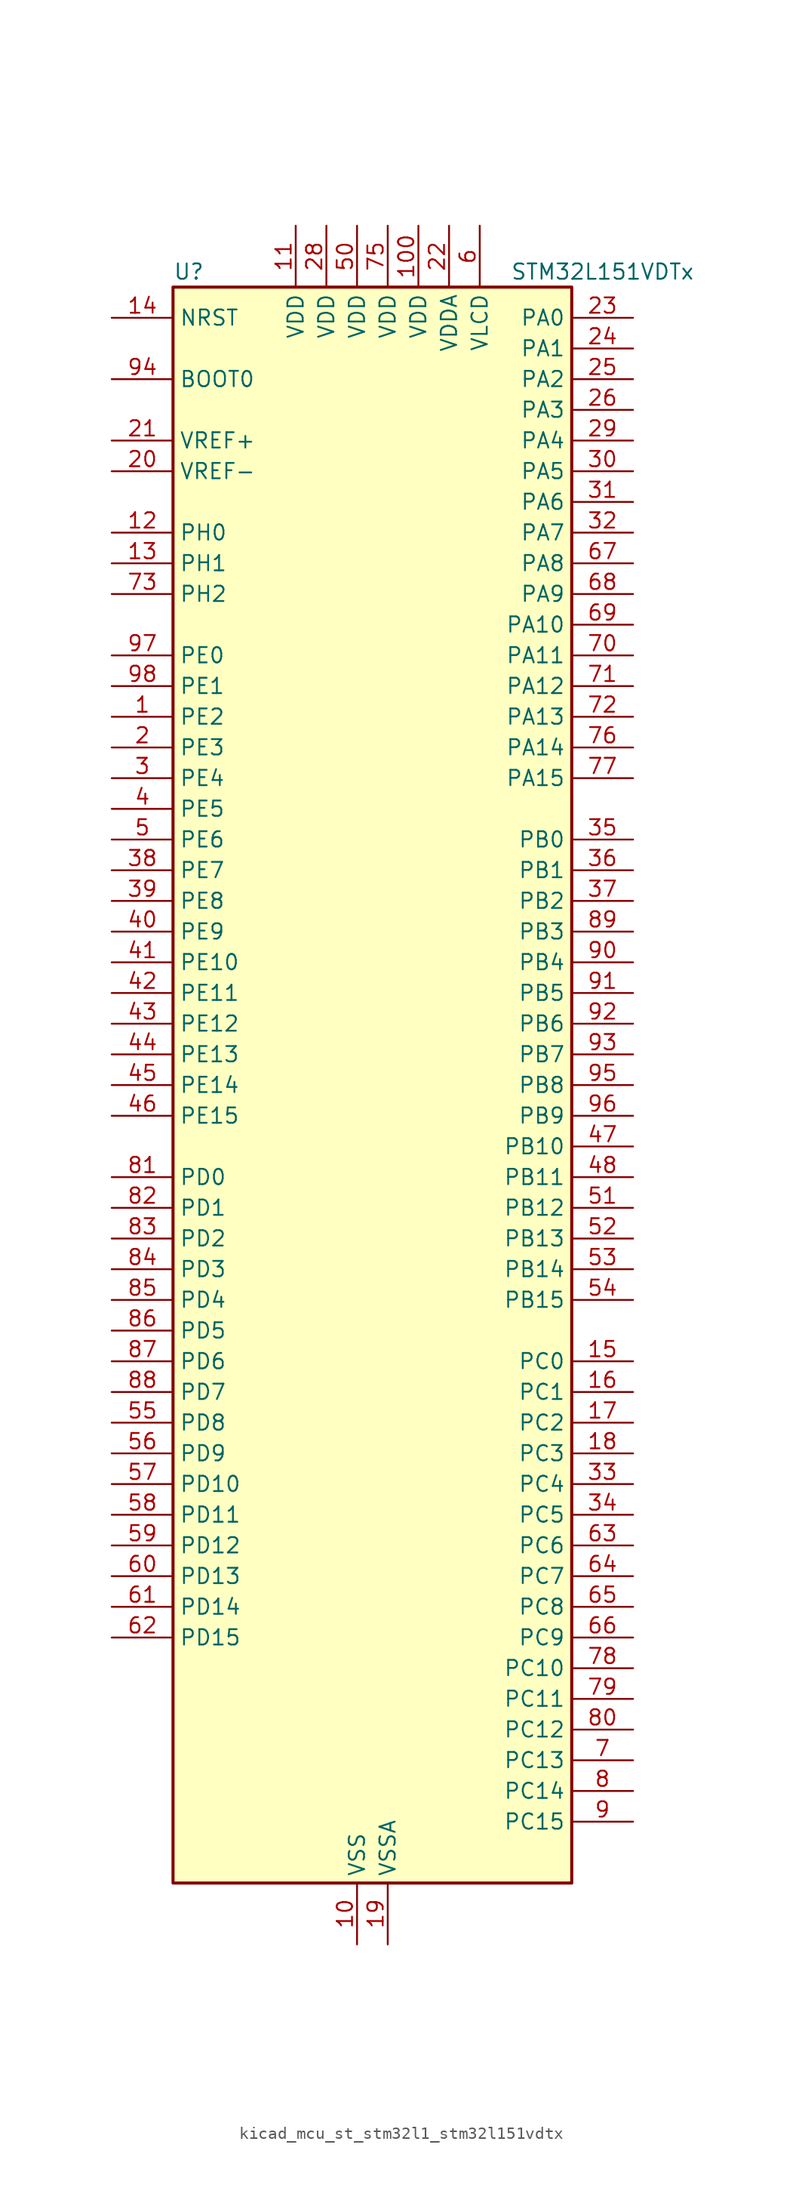
<source format=kicad_sym>
(kicad_symbol_lib
  (version 20220914)
  (generator kicad_symbol_editor)
  (symbol "kicad_mcu_st_stm32l1_stm32l151vdtx"
    (property "Reference" "U"
      (at -15.24 67.31 0)
      (effects (font (size 1.27 1.27)) (justify left)))
    (property "Value" "STM32L151VDTx"
      (at 12.7 67.31 0)
      (effects (font (size 1.27 1.27)) (justify left)))
    (property "ki_locked" ""
      (at 0 0 0)
      (effects (font (size 1.27 1.27))))
    (symbol "kicad_mcu_st_stm32l1_stm32l151vdtx_0_1"
      (rectangle (start -15.24 -66.04) (end 17.78 66.04) (stroke (width 0.254) (type default)) (fill (type background))))
    (symbol "kicad_mcu_st_stm32l1_stm32l151vdtx_1_1"
      (pin bidirectional line (at -20.32 30.48 0) (length 5.08) (name "PE2" (effects (font (size 1.27 1.27)))) (number "1" (effects (font (size 1.27 1.27)))) (alternate "FSMC_A23" bidirectional line) (alternate "SYS_TRACECK" bidirectional line) (alternate "TIM3_ETR" bidirectional line) (alternate "TIMX_IC3" bidirectional line))
      (pin power_in line (at 0 -71.12 90) (length 5.08) (name "VSS" (effects (font (size 1.27 1.27)))) (number "10" (effects (font (size 1.27 1.27)))))
      (pin power_in line (at 5.08 71.12 270) (length 5.08) (name "VDD" (effects (font (size 1.27 1.27)))) (number "100" (effects (font (size 1.27 1.27)))))
      (pin power_in line (at -5.08 71.12 270) (length 5.08) (name "VDD" (effects (font (size 1.27 1.27)))) (number "11" (effects (font (size 1.27 1.27)))))
      (pin bidirectional line (at -20.32 45.72 0) (length 5.08) (name "PH0" (effects (font (size 1.27 1.27)))) (number "12" (effects (font (size 1.27 1.27)))) (alternate "RCC_OSC_IN" bidirectional line))
      (pin bidirectional line (at -20.32 43.18 0) (length 5.08) (name "PH1" (effects (font (size 1.27 1.27)))) (number "13" (effects (font (size 1.27 1.27)))) (alternate "RCC_OSC_OUT" bidirectional line))
      (pin input line (at -20.32 63.5 0) (length 5.08) (name "NRST" (effects (font (size 1.27 1.27)))) (number "14" (effects (font (size 1.27 1.27)))))
      (pin bidirectional line (at 22.86 -22.86 180) (length 5.08) (name "PC0" (effects (font (size 1.27 1.27)))) (number "15" (effects (font (size 1.27 1.27)))) (alternate "ADC_IN10" bidirectional line) (alternate "COMP1_INP" bidirectional line) (alternate "TIMX_IC1" bidirectional line) (alternate "TS_G8_IO1" bidirectional line))
      (pin bidirectional line (at 22.86 -25.4 180) (length 5.08) (name "PC1" (effects (font (size 1.27 1.27)))) (number "16" (effects (font (size 1.27 1.27)))) (alternate "ADC_IN11" bidirectional line) (alternate "COMP1_INP" bidirectional line) (alternate "OPAMP3_VINP" bidirectional line) (alternate "TIMX_IC2" bidirectional line) (alternate "TS_G8_IO2" bidirectional line))
      (pin bidirectional line (at 22.86 -27.94 180) (length 5.08) (name "PC2" (effects (font (size 1.27 1.27)))) (number "17" (effects (font (size 1.27 1.27)))) (alternate "ADC_IN12" bidirectional line) (alternate "COMP1_INP" bidirectional line) (alternate "OPAMP3_VINM" bidirectional line) (alternate "TIMX_IC3" bidirectional line) (alternate "TS_G8_IO3" bidirectional line))
      (pin bidirectional line (at 22.86 -30.48 180) (length 5.08) (name "PC3" (effects (font (size 1.27 1.27)))) (number "18" (effects (font (size 1.27 1.27)))) (alternate "ADC_IN13" bidirectional line) (alternate "COMP1_INP" bidirectional line) (alternate "OPAMP3_VOUT" bidirectional line) (alternate "TIMX_IC4" bidirectional line) (alternate "TS_G8_IO4" bidirectional line))
      (pin power_in line (at 2.54 -71.12 90) (length 5.08) (name "VSSA" (effects (font (size 1.27 1.27)))) (number "19" (effects (font (size 1.27 1.27)))))
      (pin bidirectional line (at -20.32 27.94 0) (length 5.08) (name "PE3" (effects (font (size 1.27 1.27)))) (number "2" (effects (font (size 1.27 1.27)))) (alternate "FSMC_A19" bidirectional line) (alternate "SYS_TRACED0" bidirectional line) (alternate "TIM3_CH1" bidirectional line) (alternate "TIMX_IC4" bidirectional line))
      (pin input line (at -20.32 50.8 0) (length 5.08) (name "VREF-" (effects (font (size 1.27 1.27)))) (number "20" (effects (font (size 1.27 1.27)))))
      (pin input line (at -20.32 53.34 0) (length 5.08) (name "VREF+" (effects (font (size 1.27 1.27)))) (number "21" (effects (font (size 1.27 1.27)))))
      (pin power_in line (at 7.62 71.12 270) (length 5.08) (name "VDDA" (effects (font (size 1.27 1.27)))) (number "22" (effects (font (size 1.27 1.27)))))
      (pin bidirectional line (at 22.86 63.5 180) (length 5.08) (name "PA0" (effects (font (size 1.27 1.27)))) (number "23" (effects (font (size 1.27 1.27)))) (alternate "ADC_IN0" bidirectional line) (alternate "COMP1_INP" bidirectional line) (alternate "RTC_TAMP2" bidirectional line) (alternate "SYS_WKUP1" bidirectional line) (alternate "TIM2_CH1" bidirectional line) (alternate "TIM2_ETR" bidirectional line) (alternate "TIM5_CH1" bidirectional line) (alternate "TIMX_IC1" bidirectional line) (alternate "TS_G1_IO1" bidirectional line) (alternate "USART2_CTS" bidirectional line))
      (pin bidirectional line (at 22.86 60.96 180) (length 5.08) (name "PA1" (effects (font (size 1.27 1.27)))) (number "24" (effects (font (size 1.27 1.27)))) (alternate "ADC_IN1" bidirectional line) (alternate "COMP1_INP" bidirectional line) (alternate "OPAMP1_VINP" bidirectional line) (alternate "TIM2_CH2" bidirectional line) (alternate "TIM5_CH2" bidirectional line) (alternate "TIMX_IC2" bidirectional line) (alternate "TS_G1_IO2" bidirectional line) (alternate "USART2_RTS" bidirectional line))
      (pin bidirectional line (at 22.86 58.42 180) (length 5.08) (name "PA2" (effects (font (size 1.27 1.27)))) (number "25" (effects (font (size 1.27 1.27)))) (alternate "ADC_IN2" bidirectional line) (alternate "COMP1_INP" bidirectional line) (alternate "OPAMP1_VINM" bidirectional line) (alternate "TIM2_CH3" bidirectional line) (alternate "TIM5_CH3" bidirectional line) (alternate "TIM9_CH1" bidirectional line) (alternate "TIMX_IC3" bidirectional line) (alternate "TS_G1_IO3" bidirectional line) (alternate "USART2_TX" bidirectional line))
      (pin bidirectional line (at 22.86 55.88 180) (length 5.08) (name "PA3" (effects (font (size 1.27 1.27)))) (number "26" (effects (font (size 1.27 1.27)))) (alternate "ADC_IN3" bidirectional line) (alternate "COMP1_INP" bidirectional line) (alternate "OPAMP1_VOUT" bidirectional line) (alternate "TIM2_CH4" bidirectional line) (alternate "TIM5_CH4" bidirectional line) (alternate "TIM9_CH2" bidirectional line) (alternate "TIMX_IC4" bidirectional line) (alternate "TS_G1_IO4" bidirectional line) (alternate "USART2_RX" bidirectional line))
      (pin passive line (at 0 -71.12 90) (length 5.08) hide (name "VSS" (effects (font (size 1.27 1.27)))) (number "27" (effects (font (size 1.27 1.27)))))
      (pin power_in line (at -2.54 71.12 270) (length 5.08) (name "VDD" (effects (font (size 1.27 1.27)))) (number "28" (effects (font (size 1.27 1.27)))))
      (pin bidirectional line (at 22.86 53.34 180) (length 5.08) (name "PA4" (effects (font (size 1.27 1.27)))) (number "29" (effects (font (size 1.27 1.27)))) (alternate "ADC_IN4" bidirectional line) (alternate "COMP1_INP" bidirectional line) (alternate "DAC_OUT1" bidirectional line) (alternate "I2S3_WS" bidirectional line) (alternate "SPI1_NSS" bidirectional line) (alternate "SPI3_NSS" bidirectional line) (alternate "TIMX_IC1" bidirectional line) (alternate "USART2_CK" bidirectional line))
      (pin bidirectional line (at -20.32 25.4 0) (length 5.08) (name "PE4" (effects (font (size 1.27 1.27)))) (number "3" (effects (font (size 1.27 1.27)))) (alternate "FSMC_A20" bidirectional line) (alternate "SYS_TRACED1" bidirectional line) (alternate "TIM3_CH2" bidirectional line) (alternate "TIMX_IC1" bidirectional line))
      (pin bidirectional line (at 22.86 50.8 180) (length 5.08) (name "PA5" (effects (font (size 1.27 1.27)))) (number "30" (effects (font (size 1.27 1.27)))) (alternate "ADC_IN5" bidirectional line) (alternate "COMP1_INP" bidirectional line) (alternate "DAC_OUT2" bidirectional line) (alternate "SPI1_SCK" bidirectional line) (alternate "TIM2_CH1" bidirectional line) (alternate "TIM2_ETR" bidirectional line) (alternate "TIMX_IC2" bidirectional line))
      (pin bidirectional line (at 22.86 48.26 180) (length 5.08) (name "PA6" (effects (font (size 1.27 1.27)))) (number "31" (effects (font (size 1.27 1.27)))) (alternate "ADC_IN6" bidirectional line) (alternate "COMP1_INP" bidirectional line) (alternate "OPAMP2_VINP" bidirectional line) (alternate "SPI1_MISO" bidirectional line) (alternate "TIM10_CH1" bidirectional line) (alternate "TIM3_CH1" bidirectional line) (alternate "TIMX_IC3" bidirectional line) (alternate "TS_G2_IO1" bidirectional line))
      (pin bidirectional line (at 22.86 45.72 180) (length 5.08) (name "PA7" (effects (font (size 1.27 1.27)))) (number "32" (effects (font (size 1.27 1.27)))) (alternate "ADC_IN7" bidirectional line) (alternate "COMP1_INP" bidirectional line) (alternate "OPAMP2_VINM" bidirectional line) (alternate "SPI1_MOSI" bidirectional line) (alternate "TIM11_CH1" bidirectional line) (alternate "TIM3_CH2" bidirectional line) (alternate "TIMX_IC4" bidirectional line) (alternate "TS_G2_IO2" bidirectional line))
      (pin bidirectional line (at 22.86 -33.02 180) (length 5.08) (name "PC4" (effects (font (size 1.27 1.27)))) (number "33" (effects (font (size 1.27 1.27)))) (alternate "ADC_IN14" bidirectional line) (alternate "COMP1_INP" bidirectional line) (alternate "TIMX_IC1" bidirectional line) (alternate "TS_G9_IO1" bidirectional line))
      (pin bidirectional line (at 22.86 -35.56 180) (length 5.08) (name "PC5" (effects (font (size 1.27 1.27)))) (number "34" (effects (font (size 1.27 1.27)))) (alternate "ADC_IN15" bidirectional line) (alternate "COMP1_INP" bidirectional line) (alternate "TIMX_IC2" bidirectional line) (alternate "TS_G9_IO2" bidirectional line))
      (pin bidirectional line (at 22.86 20.32 180) (length 5.08) (name "PB0" (effects (font (size 1.27 1.27)))) (number "35" (effects (font (size 1.27 1.27)))) (alternate "ADC_IN8" bidirectional line) (alternate "COMP1_INP" bidirectional line) (alternate "OPAMP2_VOUT" bidirectional line) (alternate "SYS_V_REF_OUT" bidirectional line) (alternate "TIM3_CH3" bidirectional line) (alternate "TS_G3_IO1" bidirectional line))
      (pin bidirectional line (at 22.86 17.78 180) (length 5.08) (name "PB1" (effects (font (size 1.27 1.27)))) (number "36" (effects (font (size 1.27 1.27)))) (alternate "ADC_IN9" bidirectional line) (alternate "COMP1_INP" bidirectional line) (alternate "SYS_V_REF_OUT" bidirectional line) (alternate "TIM3_CH4" bidirectional line) (alternate "TS_G3_IO2" bidirectional line))
      (pin bidirectional line (at 22.86 15.24 180) (length 5.08) (name "PB2" (effects (font (size 1.27 1.27)))) (number "37" (effects (font (size 1.27 1.27)))) (alternate "TS_G3_IO3" bidirectional line))
      (pin bidirectional line (at -20.32 17.78 0) (length 5.08) (name "PE7" (effects (font (size 1.27 1.27)))) (number "38" (effects (font (size 1.27 1.27)))) (alternate "ADC_IN22" bidirectional line) (alternate "COMP1_INP" bidirectional line) (alternate "FSMC_D4" bidirectional line) (alternate "FSMC_DA4" bidirectional line) (alternate "TIMX_IC4" bidirectional line))
      (pin bidirectional line (at -20.32 15.24 0) (length 5.08) (name "PE8" (effects (font (size 1.27 1.27)))) (number "39" (effects (font (size 1.27 1.27)))) (alternate "ADC_IN23" bidirectional line) (alternate "COMP1_INP" bidirectional line) (alternate "FSMC_D5" bidirectional line) (alternate "FSMC_DA5" bidirectional line) (alternate "TIMX_IC1" bidirectional line))
      (pin bidirectional line (at -20.32 22.86 0) (length 5.08) (name "PE5" (effects (font (size 1.27 1.27)))) (number "4" (effects (font (size 1.27 1.27)))) (alternate "FSMC_A21" bidirectional line) (alternate "SYS_TRACED2" bidirectional line) (alternate "TIM9_CH1" bidirectional line) (alternate "TIMX_IC2" bidirectional line))
      (pin bidirectional line (at -20.32 12.7 0) (length 5.08) (name "PE9" (effects (font (size 1.27 1.27)))) (number "40" (effects (font (size 1.27 1.27)))) (alternate "ADC_IN24" bidirectional line) (alternate "COMP1_INP" bidirectional line) (alternate "DAC_EXTI9" bidirectional line) (alternate "FSMC_D6" bidirectional line) (alternate "FSMC_DA6" bidirectional line) (alternate "TIM2_CH1" bidirectional line) (alternate "TIM2_ETR" bidirectional line) (alternate "TIMX_IC2" bidirectional line))
      (pin bidirectional line (at -20.32 10.16 0) (length 5.08) (name "PE10" (effects (font (size 1.27 1.27)))) (number "41" (effects (font (size 1.27 1.27)))) (alternate "ADC_IN25" bidirectional line) (alternate "COMP1_INP" bidirectional line) (alternate "FSMC_D7" bidirectional line) (alternate "FSMC_DA7" bidirectional line) (alternate "TIM2_CH2" bidirectional line) (alternate "TIMX_IC3" bidirectional line))
      (pin bidirectional line (at -20.32 7.62 0) (length 5.08) (name "PE11" (effects (font (size 1.27 1.27)))) (number "42" (effects (font (size 1.27 1.27)))) (alternate "ADC_EXTI11" bidirectional line) (alternate "FSMC_D8" bidirectional line) (alternate "FSMC_DA8" bidirectional line) (alternate "TIM2_CH3" bidirectional line) (alternate "TIMX_IC4" bidirectional line))
      (pin bidirectional line (at -20.32 5.08 0) (length 5.08) (name "PE12" (effects (font (size 1.27 1.27)))) (number "43" (effects (font (size 1.27 1.27)))) (alternate "FSMC_D9" bidirectional line) (alternate "FSMC_DA9" bidirectional line) (alternate "SPI1_NSS" bidirectional line) (alternate "TIM2_CH4" bidirectional line) (alternate "TIMX_IC1" bidirectional line))
      (pin bidirectional line (at -20.32 2.54 0) (length 5.08) (name "PE13" (effects (font (size 1.27 1.27)))) (number "44" (effects (font (size 1.27 1.27)))) (alternate "FSMC_D10" bidirectional line) (alternate "FSMC_DA10" bidirectional line) (alternate "SPI1_SCK" bidirectional line) (alternate "TIMX_IC2" bidirectional line))
      (pin bidirectional line (at -20.32 0 0) (length 5.08) (name "PE14" (effects (font (size 1.27 1.27)))) (number "45" (effects (font (size 1.27 1.27)))) (alternate "FSMC_D11" bidirectional line) (alternate "FSMC_DA11" bidirectional line) (alternate "SPI1_MISO" bidirectional line) (alternate "TIMX_IC3" bidirectional line))
      (pin bidirectional line (at -20.32 -2.54 0) (length 5.08) (name "PE15" (effects (font (size 1.27 1.27)))) (number "46" (effects (font (size 1.27 1.27)))) (alternate "ADC_EXTI15" bidirectional line) (alternate "FSMC_D12" bidirectional line) (alternate "FSMC_DA12" bidirectional line) (alternate "SPI1_MOSI" bidirectional line) (alternate "TIMX_IC4" bidirectional line))
      (pin bidirectional line (at 22.86 -5.08 180) (length 5.08) (name "PB10" (effects (font (size 1.27 1.27)))) (number "47" (effects (font (size 1.27 1.27)))) (alternate "I2C2_SCL" bidirectional line) (alternate "TIM2_CH3" bidirectional line) (alternate "USART3_TX" bidirectional line))
      (pin bidirectional line (at 22.86 -7.62 180) (length 5.08) (name "PB11" (effects (font (size 1.27 1.27)))) (number "48" (effects (font (size 1.27 1.27)))) (alternate "ADC_EXTI11" bidirectional line) (alternate "I2C2_SDA" bidirectional line) (alternate "TIM2_CH4" bidirectional line) (alternate "USART3_RX" bidirectional line))
      (pin passive line (at 0 -71.12 90) (length 5.08) hide (name "VSS" (effects (font (size 1.27 1.27)))) (number "49" (effects (font (size 1.27 1.27)))))
      (pin bidirectional line (at -20.32 20.32 0) (length 5.08) (name "PE6" (effects (font (size 1.27 1.27)))) (number "5" (effects (font (size 1.27 1.27)))) (alternate "RTC_TAMP3" bidirectional line) (alternate "SYS_TRACED3" bidirectional line) (alternate "SYS_WKUP3" bidirectional line) (alternate "TIM9_CH2" bidirectional line) (alternate "TIMX_IC3" bidirectional line))
      (pin power_in line (at 0 71.12 270) (length 5.08) (name "VDD" (effects (font (size 1.27 1.27)))) (number "50" (effects (font (size 1.27 1.27)))))
      (pin bidirectional line (at 22.86 -10.16 180) (length 5.08) (name "PB12" (effects (font (size 1.27 1.27)))) (number "51" (effects (font (size 1.27 1.27)))) (alternate "ADC_IN18" bidirectional line) (alternate "COMP1_INP" bidirectional line) (alternate "I2C2_SMBA" bidirectional line) (alternate "I2S2_WS" bidirectional line) (alternate "SPI2_NSS" bidirectional line) (alternate "TIM10_CH1" bidirectional line) (alternate "TS_G7_IO1" bidirectional line) (alternate "USART3_CK" bidirectional line))
      (pin bidirectional line (at 22.86 -12.7 180) (length 5.08) (name "PB13" (effects (font (size 1.27 1.27)))) (number "52" (effects (font (size 1.27 1.27)))) (alternate "ADC_IN19" bidirectional line) (alternate "COMP1_INP" bidirectional line) (alternate "I2S2_CK" bidirectional line) (alternate "SPI2_SCK" bidirectional line) (alternate "TIM9_CH1" bidirectional line) (alternate "TS_G7_IO2" bidirectional line) (alternate "USART3_CTS" bidirectional line))
      (pin bidirectional line (at 22.86 -15.24 180) (length 5.08) (name "PB14" (effects (font (size 1.27 1.27)))) (number "53" (effects (font (size 1.27 1.27)))) (alternate "ADC_IN20" bidirectional line) (alternate "COMP1_INP" bidirectional line) (alternate "SPI2_MISO" bidirectional line) (alternate "TIM9_CH2" bidirectional line) (alternate "TS_G7_IO3" bidirectional line) (alternate "USART3_RTS" bidirectional line))
      (pin bidirectional line (at 22.86 -17.78 180) (length 5.08) (name "PB15" (effects (font (size 1.27 1.27)))) (number "54" (effects (font (size 1.27 1.27)))) (alternate "ADC_EXTI15" bidirectional line) (alternate "ADC_IN21" bidirectional line) (alternate "COMP1_INP" bidirectional line) (alternate "I2S2_SD" bidirectional line) (alternate "RTC_REFIN" bidirectional line) (alternate "SPI2_MOSI" bidirectional line) (alternate "TIM11_CH1" bidirectional line) (alternate "TS_G7_IO4" bidirectional line))
      (pin bidirectional line (at -20.32 -27.94 0) (length 5.08) (name "PD8" (effects (font (size 1.27 1.27)))) (number "55" (effects (font (size 1.27 1.27)))) (alternate "FSMC_D13" bidirectional line) (alternate "FSMC_DA13" bidirectional line) (alternate "TIMX_IC1" bidirectional line) (alternate "USART3_TX" bidirectional line))
      (pin bidirectional line (at -20.32 -30.48 0) (length 5.08) (name "PD9" (effects (font (size 1.27 1.27)))) (number "56" (effects (font (size 1.27 1.27)))) (alternate "DAC_EXTI9" bidirectional line) (alternate "FSMC_D14" bidirectional line) (alternate "FSMC_DA14" bidirectional line) (alternate "TIMX_IC2" bidirectional line) (alternate "USART3_RX" bidirectional line))
      (pin bidirectional line (at -20.32 -33.02 0) (length 5.08) (name "PD10" (effects (font (size 1.27 1.27)))) (number "57" (effects (font (size 1.27 1.27)))) (alternate "FSMC_D15" bidirectional line) (alternate "FSMC_DA15" bidirectional line) (alternate "TIMX_IC3" bidirectional line) (alternate "USART3_CK" bidirectional line))
      (pin bidirectional line (at -20.32 -35.56 0) (length 5.08) (name "PD11" (effects (font (size 1.27 1.27)))) (number "58" (effects (font (size 1.27 1.27)))) (alternate "ADC_EXTI11" bidirectional line) (alternate "FSMC_A16" bidirectional line) (alternate "TIMX_IC4" bidirectional line) (alternate "USART3_CTS" bidirectional line))
      (pin bidirectional line (at -20.32 -38.1 0) (length 5.08) (name "PD12" (effects (font (size 1.27 1.27)))) (number "59" (effects (font (size 1.27 1.27)))) (alternate "FSMC_A17" bidirectional line) (alternate "TIM4_CH1" bidirectional line) (alternate "TIMX_IC1" bidirectional line) (alternate "USART3_RTS" bidirectional line))
      (pin power_in line (at 10.16 71.12 270) (length 5.08) (name "VLCD" (effects (font (size 1.27 1.27)))) (number "6" (effects (font (size 1.27 1.27)))))
      (pin bidirectional line (at -20.32 -40.64 0) (length 5.08) (name "PD13" (effects (font (size 1.27 1.27)))) (number "60" (effects (font (size 1.27 1.27)))) (alternate "FSMC_A18" bidirectional line) (alternate "TIM4_CH2" bidirectional line) (alternate "TIMX_IC2" bidirectional line))
      (pin bidirectional line (at -20.32 -43.18 0) (length 5.08) (name "PD14" (effects (font (size 1.27 1.27)))) (number "61" (effects (font (size 1.27 1.27)))) (alternate "FSMC_D0" bidirectional line) (alternate "FSMC_DA0" bidirectional line) (alternate "TIM4_CH3" bidirectional line) (alternate "TIMX_IC3" bidirectional line))
      (pin bidirectional line (at -20.32 -45.72 0) (length 5.08) (name "PD15" (effects (font (size 1.27 1.27)))) (number "62" (effects (font (size 1.27 1.27)))) (alternate "ADC_EXTI15" bidirectional line) (alternate "FSMC_D1" bidirectional line) (alternate "FSMC_DA1" bidirectional line) (alternate "TIM4_CH4" bidirectional line) (alternate "TIMX_IC4" bidirectional line))
      (pin bidirectional line (at 22.86 -38.1 180) (length 5.08) (name "PC6" (effects (font (size 1.27 1.27)))) (number "63" (effects (font (size 1.27 1.27)))) (alternate "I2S2_MCK" bidirectional line) (alternate "SDIO_D6" bidirectional line) (alternate "TIM3_CH1" bidirectional line) (alternate "TIMX_IC3" bidirectional line) (alternate "TS_G10_IO1" bidirectional line))
      (pin bidirectional line (at 22.86 -40.64 180) (length 5.08) (name "PC7" (effects (font (size 1.27 1.27)))) (number "64" (effects (font (size 1.27 1.27)))) (alternate "I2S3_MCK" bidirectional line) (alternate "SDIO_D7" bidirectional line) (alternate "TIM3_CH2" bidirectional line) (alternate "TIMX_IC4" bidirectional line) (alternate "TS_G10_IO2" bidirectional line))
      (pin bidirectional line (at 22.86 -43.18 180) (length 5.08) (name "PC8" (effects (font (size 1.27 1.27)))) (number "65" (effects (font (size 1.27 1.27)))) (alternate "SDIO_D0" bidirectional line) (alternate "TIM3_CH3" bidirectional line) (alternate "TIMX_IC1" bidirectional line) (alternate "TS_G10_IO3" bidirectional line))
      (pin bidirectional line (at 22.86 -45.72 180) (length 5.08) (name "PC9" (effects (font (size 1.27 1.27)))) (number "66" (effects (font (size 1.27 1.27)))) (alternate "DAC_EXTI9" bidirectional line) (alternate "SDIO_D1" bidirectional line) (alternate "TIM3_CH4" bidirectional line) (alternate "TIMX_IC2" bidirectional line) (alternate "TS_G10_IO4" bidirectional line))
      (pin bidirectional line (at 22.86 43.18 180) (length 5.08) (name "PA8" (effects (font (size 1.27 1.27)))) (number "67" (effects (font (size 1.27 1.27)))) (alternate "RCC_MCO" bidirectional line) (alternate "TIMX_IC1" bidirectional line) (alternate "TS_G4_IO1" bidirectional line) (alternate "USART1_CK" bidirectional line))
      (pin bidirectional line (at 22.86 40.64 180) (length 5.08) (name "PA9" (effects (font (size 1.27 1.27)))) (number "68" (effects (font (size 1.27 1.27)))) (alternate "DAC_EXTI9" bidirectional line) (alternate "TIMX_IC2" bidirectional line) (alternate "TS_G4_IO2" bidirectional line) (alternate "USART1_TX" bidirectional line))
      (pin bidirectional line (at 22.86 38.1 180) (length 5.08) (name "PA10" (effects (font (size 1.27 1.27)))) (number "69" (effects (font (size 1.27 1.27)))) (alternate "TIMX_IC3" bidirectional line) (alternate "TS_G4_IO3" bidirectional line) (alternate "USART1_RX" bidirectional line))
      (pin bidirectional line (at 22.86 -55.88 180) (length 5.08) (name "PC13" (effects (font (size 1.27 1.27)))) (number "7" (effects (font (size 1.27 1.27)))) (alternate "RTC_OUT_ALARM" bidirectional line) (alternate "RTC_OUT_CALIB" bidirectional line) (alternate "RTC_TAMP1" bidirectional line) (alternate "RTC_TS" bidirectional line) (alternate "SYS_WKUP2" bidirectional line) (alternate "TIMX_IC2" bidirectional line))
      (pin bidirectional line (at 22.86 35.56 180) (length 5.08) (name "PA11" (effects (font (size 1.27 1.27)))) (number "70" (effects (font (size 1.27 1.27)))) (alternate "ADC_EXTI11" bidirectional line) (alternate "SPI1_MISO" bidirectional line) (alternate "TIMX_IC4" bidirectional line) (alternate "USART1_CTS" bidirectional line) (alternate "USB_DM" bidirectional line))
      (pin bidirectional line (at 22.86 33.02 180) (length 5.08) (name "PA12" (effects (font (size 1.27 1.27)))) (number "71" (effects (font (size 1.27 1.27)))) (alternate "SPI1_MOSI" bidirectional line) (alternate "TIMX_IC1" bidirectional line) (alternate "USART1_RTS" bidirectional line) (alternate "USB_DP" bidirectional line))
      (pin bidirectional line (at 22.86 30.48 180) (length 5.08) (name "PA13" (effects (font (size 1.27 1.27)))) (number "72" (effects (font (size 1.27 1.27)))) (alternate "SYS_JTMS-SWDIO" bidirectional line) (alternate "TIMX_IC2" bidirectional line) (alternate "TS_G5_IO1" bidirectional line))
      (pin bidirectional line (at -20.32 40.64 0) (length 5.08) (name "PH2" (effects (font (size 1.27 1.27)))) (number "73" (effects (font (size 1.27 1.27)))) (alternate "FSMC_A22" bidirectional line))
      (pin passive line (at 0 -71.12 90) (length 5.08) hide (name "VSS" (effects (font (size 1.27 1.27)))) (number "74" (effects (font (size 1.27 1.27)))))
      (pin power_in line (at 2.54 71.12 270) (length 5.08) (name "VDD" (effects (font (size 1.27 1.27)))) (number "75" (effects (font (size 1.27 1.27)))))
      (pin bidirectional line (at 22.86 27.94 180) (length 5.08) (name "PA14" (effects (font (size 1.27 1.27)))) (number "76" (effects (font (size 1.27 1.27)))) (alternate "SYS_JTCK-SWCLK" bidirectional line) (alternate "TIMX_IC3" bidirectional line) (alternate "TS_G5_IO2" bidirectional line))
      (pin bidirectional line (at 22.86 25.4 180) (length 5.08) (name "PA15" (effects (font (size 1.27 1.27)))) (number "77" (effects (font (size 1.27 1.27)))) (alternate "ADC_EXTI15" bidirectional line) (alternate "I2S3_WS" bidirectional line) (alternate "SPI1_NSS" bidirectional line) (alternate "SPI3_NSS" bidirectional line) (alternate "SYS_JTDI" bidirectional line) (alternate "TIM2_CH1" bidirectional line) (alternate "TIM2_ETR" bidirectional line) (alternate "TIMX_IC4" bidirectional line) (alternate "TS_G5_IO3" bidirectional line))
      (pin bidirectional line (at 22.86 -48.26 180) (length 5.08) (name "PC10" (effects (font (size 1.27 1.27)))) (number "78" (effects (font (size 1.27 1.27)))) (alternate "I2S3_CK" bidirectional line) (alternate "SDIO_D2" bidirectional line) (alternate "SPI3_SCK" bidirectional line) (alternate "TIMX_IC3" bidirectional line) (alternate "UART4_TX" bidirectional line) (alternate "USART3_TX" bidirectional line))
      (pin bidirectional line (at 22.86 -50.8 180) (length 5.08) (name "PC11" (effects (font (size 1.27 1.27)))) (number "79" (effects (font (size 1.27 1.27)))) (alternate "ADC_EXTI11" bidirectional line) (alternate "SDIO_D3" bidirectional line) (alternate "SPI3_MISO" bidirectional line) (alternate "TIMX_IC4" bidirectional line) (alternate "UART4_RX" bidirectional line) (alternate "USART3_RX" bidirectional line))
      (pin bidirectional line (at 22.86 -58.42 180) (length 5.08) (name "PC14" (effects (font (size 1.27 1.27)))) (number "8" (effects (font (size 1.27 1.27)))) (alternate "RCC_OSC32_IN" bidirectional line) (alternate "TIMX_IC3" bidirectional line))
      (pin bidirectional line (at 22.86 -53.34 180) (length 5.08) (name "PC12" (effects (font (size 1.27 1.27)))) (number "80" (effects (font (size 1.27 1.27)))) (alternate "I2S3_SD" bidirectional line) (alternate "SDIO_CK" bidirectional line) (alternate "SPI3_MOSI" bidirectional line) (alternate "TIMX_IC1" bidirectional line) (alternate "UART5_TX" bidirectional line) (alternate "USART3_CK" bidirectional line))
      (pin bidirectional line (at -20.32 -7.62 0) (length 5.08) (name "PD0" (effects (font (size 1.27 1.27)))) (number "81" (effects (font (size 1.27 1.27)))) (alternate "FSMC_D2" bidirectional line) (alternate "FSMC_DA2" bidirectional line) (alternate "I2S2_WS" bidirectional line) (alternate "SPI2_NSS" bidirectional line) (alternate "TIM9_CH1" bidirectional line) (alternate "TIMX_IC1" bidirectional line))
      (pin bidirectional line (at -20.32 -10.16 0) (length 5.08) (name "PD1" (effects (font (size 1.27 1.27)))) (number "82" (effects (font (size 1.27 1.27)))) (alternate "FSMC_D3" bidirectional line) (alternate "FSMC_DA3" bidirectional line) (alternate "I2S2_CK" bidirectional line) (alternate "SPI2_SCK" bidirectional line) (alternate "TIMX_IC2" bidirectional line))
      (pin bidirectional line (at -20.32 -12.7 0) (length 5.08) (name "PD2" (effects (font (size 1.27 1.27)))) (number "83" (effects (font (size 1.27 1.27)))) (alternate "SDIO_CMD" bidirectional line) (alternate "TIM3_ETR" bidirectional line) (alternate "TIMX_IC3" bidirectional line) (alternate "UART5_RX" bidirectional line))
      (pin bidirectional line (at -20.32 -15.24 0) (length 5.08) (name "PD3" (effects (font (size 1.27 1.27)))) (number "84" (effects (font (size 1.27 1.27)))) (alternate "FSMC_CLK" bidirectional line) (alternate "SPI2_MISO" bidirectional line) (alternate "TIMX_IC4" bidirectional line) (alternate "USART2_CTS" bidirectional line))
      (pin bidirectional line (at -20.32 -17.78 0) (length 5.08) (name "PD4" (effects (font (size 1.27 1.27)))) (number "85" (effects (font (size 1.27 1.27)))) (alternate "FSMC_NOE" bidirectional line) (alternate "I2S2_SD" bidirectional line) (alternate "SPI2_MOSI" bidirectional line) (alternate "TIMX_IC1" bidirectional line) (alternate "USART2_RTS" bidirectional line))
      (pin bidirectional line (at -20.32 -20.32 0) (length 5.08) (name "PD5" (effects (font (size 1.27 1.27)))) (number "86" (effects (font (size 1.27 1.27)))) (alternate "FSMC_NWE" bidirectional line) (alternate "TIMX_IC2" bidirectional line) (alternate "USART2_TX" bidirectional line))
      (pin bidirectional line (at -20.32 -22.86 0) (length 5.08) (name "PD6" (effects (font (size 1.27 1.27)))) (number "87" (effects (font (size 1.27 1.27)))) (alternate "FSMC_NWAIT" bidirectional line) (alternate "TIMX_IC3" bidirectional line) (alternate "USART2_RX" bidirectional line))
      (pin bidirectional line (at -20.32 -25.4 0) (length 5.08) (name "PD7" (effects (font (size 1.27 1.27)))) (number "88" (effects (font (size 1.27 1.27)))) (alternate "FSMC_NE1" bidirectional line) (alternate "TIM9_CH2" bidirectional line) (alternate "TIMX_IC4" bidirectional line) (alternate "USART2_CK" bidirectional line))
      (pin bidirectional line (at 22.86 12.7 180) (length 5.08) (name "PB3" (effects (font (size 1.27 1.27)))) (number "89" (effects (font (size 1.27 1.27)))) (alternate "COMP2_INM" bidirectional line) (alternate "I2S3_CK" bidirectional line) (alternate "SPI1_SCK" bidirectional line) (alternate "SPI3_SCK" bidirectional line) (alternate "SYS_JTDO-TRACESWO" bidirectional line) (alternate "TIM2_CH2" bidirectional line))
      (pin bidirectional line (at 22.86 -60.96 180) (length 5.08) (name "PC15" (effects (font (size 1.27 1.27)))) (number "9" (effects (font (size 1.27 1.27)))) (alternate "ADC_EXTI15" bidirectional line) (alternate "RCC_OSC32_OUT" bidirectional line) (alternate "TIMX_IC4" bidirectional line))
      (pin bidirectional line (at 22.86 10.16 180) (length 5.08) (name "PB4" (effects (font (size 1.27 1.27)))) (number "90" (effects (font (size 1.27 1.27)))) (alternate "COMP2_INP" bidirectional line) (alternate "SPI1_MISO" bidirectional line) (alternate "SPI3_MISO" bidirectional line) (alternate "SYS_JTRST" bidirectional line) (alternate "TIM3_CH1" bidirectional line) (alternate "TS_G6_IO1" bidirectional line))
      (pin bidirectional line (at 22.86 7.62 180) (length 5.08) (name "PB5" (effects (font (size 1.27 1.27)))) (number "91" (effects (font (size 1.27 1.27)))) (alternate "COMP2_INP" bidirectional line) (alternate "I2C1_SMBA" bidirectional line) (alternate "I2S3_SD" bidirectional line) (alternate "SPI1_MOSI" bidirectional line) (alternate "SPI3_MOSI" bidirectional line) (alternate "TIM3_CH2" bidirectional line) (alternate "TS_G6_IO2" bidirectional line))
      (pin bidirectional line (at 22.86 5.08 180) (length 5.08) (name "PB6" (effects (font (size 1.27 1.27)))) (number "92" (effects (font (size 1.27 1.27)))) (alternate "COMP2_INP" bidirectional line) (alternate "I2C1_SCL" bidirectional line) (alternate "TIM4_CH1" bidirectional line) (alternate "TS_G6_IO3" bidirectional line) (alternate "USART1_TX" bidirectional line))
      (pin bidirectional line (at 22.86 2.54 180) (length 5.08) (name "PB7" (effects (font (size 1.27 1.27)))) (number "93" (effects (font (size 1.27 1.27)))) (alternate "COMP2_INP" bidirectional line) (alternate "FSMC_NL" bidirectional line) (alternate "I2C1_SDA" bidirectional line) (alternate "SYS_PVD_IN" bidirectional line) (alternate "TIM4_CH2" bidirectional line) (alternate "TS_G6_IO4" bidirectional line) (alternate "USART1_RX" bidirectional line))
      (pin input line (at -20.32 58.42 0) (length 5.08) (name "BOOT0" (effects (font (size 1.27 1.27)))) (number "94" (effects (font (size 1.27 1.27)))))
      (pin bidirectional line (at 22.86 0 180) (length 5.08) (name "PB8" (effects (font (size 1.27 1.27)))) (number "95" (effects (font (size 1.27 1.27)))) (alternate "I2C1_SCL" bidirectional line) (alternate "SDIO_D4" bidirectional line) (alternate "TIM10_CH1" bidirectional line) (alternate "TIM4_CH3" bidirectional line))
      (pin bidirectional line (at 22.86 -2.54 180) (length 5.08) (name "PB9" (effects (font (size 1.27 1.27)))) (number "96" (effects (font (size 1.27 1.27)))) (alternate "DAC_EXTI9" bidirectional line) (alternate "I2C1_SDA" bidirectional line) (alternate "SDIO_D5" bidirectional line) (alternate "TIM11_CH1" bidirectional line) (alternate "TIM4_CH4" bidirectional line))
      (pin bidirectional line (at -20.32 35.56 0) (length 5.08) (name "PE0" (effects (font (size 1.27 1.27)))) (number "97" (effects (font (size 1.27 1.27)))) (alternate "FSMC_NBL0" bidirectional line) (alternate "TIM10_CH1" bidirectional line) (alternate "TIM4_ETR" bidirectional line) (alternate "TIMX_IC1" bidirectional line))
      (pin bidirectional line (at -20.32 33.02 0) (length 5.08) (name "PE1" (effects (font (size 1.27 1.27)))) (number "98" (effects (font (size 1.27 1.27)))) (alternate "FSMC_NBL1" bidirectional line) (alternate "TIM11_CH1" bidirectional line) (alternate "TIMX_IC2" bidirectional line))
      (pin passive line (at 0 -71.12 90) (length 5.08) hide (name "VSS" (effects (font (size 1.27 1.27)))) (number "99" (effects (font (size 1.27 1.27))))))))
</source>
